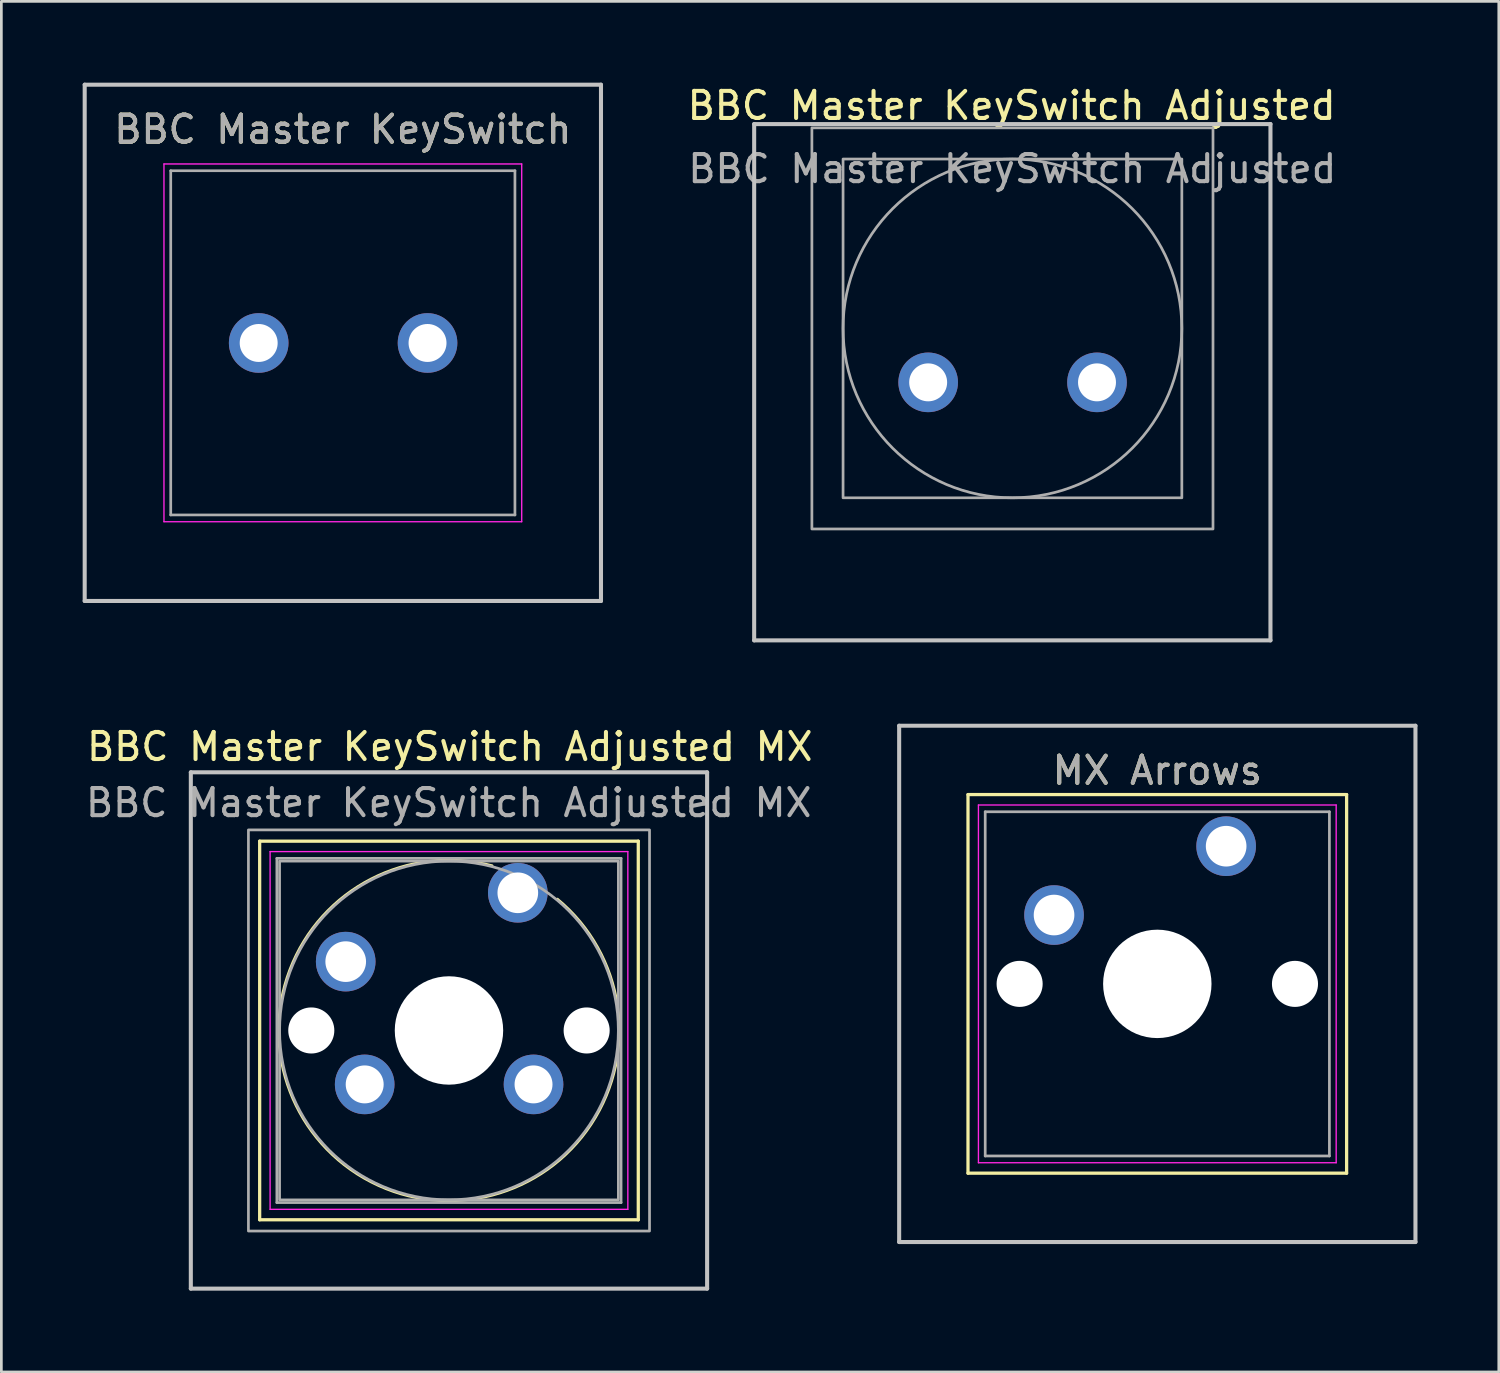
<source format=kicad_pcb>
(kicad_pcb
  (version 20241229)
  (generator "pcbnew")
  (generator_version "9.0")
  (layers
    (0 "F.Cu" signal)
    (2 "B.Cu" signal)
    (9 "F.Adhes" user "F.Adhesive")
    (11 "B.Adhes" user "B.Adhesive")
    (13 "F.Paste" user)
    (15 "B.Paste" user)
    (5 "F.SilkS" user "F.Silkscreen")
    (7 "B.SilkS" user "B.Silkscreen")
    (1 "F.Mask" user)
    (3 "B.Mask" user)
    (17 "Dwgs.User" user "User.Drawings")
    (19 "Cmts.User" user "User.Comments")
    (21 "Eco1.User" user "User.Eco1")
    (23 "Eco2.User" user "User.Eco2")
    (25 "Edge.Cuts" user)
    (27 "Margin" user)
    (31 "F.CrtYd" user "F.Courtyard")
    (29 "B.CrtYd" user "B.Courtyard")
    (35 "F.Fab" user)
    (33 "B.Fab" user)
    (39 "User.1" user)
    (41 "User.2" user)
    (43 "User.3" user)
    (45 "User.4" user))
  (footprint "BBC Master KeySwitch Adjusted"
    (layer "F.Cu")
    (at 34.307 11.188)
    (property "Reference" "BBC Master KeySwitch Adjusted" (at -0.03 -10.34 0) (layer "F.SilkS") (effects (font (size 1 1) (thickness 0.15))))
    (attr through_hole)
    (fp_line (start -9.53 -9.66) (end 9.52 -9.66) (stroke (width 0.15) (type solid)) (layer "Dwgs.User"))
    (fp_line (start -9.53 9.39) (end -9.53 -9.66) (stroke (width 0.15) (type solid)) (layer "Dwgs.User"))
    (fp_line (start 9.52 -9.66) (end 9.52 9.39) (stroke (width 0.15) (type solid)) (layer "Dwgs.User"))
    (fp_line (start 9.52 9.39) (end -9.53 9.39) (stroke (width 0.15) (type solid)) (layer "Dwgs.User"))
    (fp_rect (start -7.4 -9.52) (end 7.4 5.28) (stroke (width 0.1) (type default)) (fill no) (layer "F.Fab"))
    (fp_rect (start -6.25 -8.37) (end 6.25 4.13) (stroke (width 0.1) (type default)) (fill no) (layer "F.Fab"))
    (fp_circle (center 0 -2.12) (end 6.25 -2.12) (stroke (width 0.1) (type default)) (fill no) (layer "F.Fab"))
    (fp_text user "${REFERENCE}" (at -0.005 -8.009 0) (layer "F.Fab") (effects (font (size 1 1) (thickness 0.15))))
    (pad "1" thru_hole circle (at 3.12 -0.13) (size 2.2 2.2) (drill 1.4) (layers "*.Cu" "*.Mask"))
    (pad "2" thru_hole circle (at -3.11 -0.13) (size 2.2 2.2) (drill 1.4) (layers "*.Cu" "*.Mask")))
  (footprint "BBC Master KeySwitch"
    (layer "F.Cu")
    (at 9.605 9.735)
    (property "Reference" "BBC Master KeySwitch" (at -0.005 -8.009 0) (layer "F.SilkS") (effects (font (size 1 1) (thickness 0.15))))
    (attr through_hole)
    (fp_line (start -9.53 -9.66) (end 9.52 -9.66) (stroke (width 0.15) (type solid)) (layer "Dwgs.User"))
    (fp_line (start -9.53 9.39) (end -9.53 -9.66) (stroke (width 0.15) (type solid)) (layer "Dwgs.User"))
    (fp_line (start 9.52 -9.66) (end 9.52 9.39) (stroke (width 0.15) (type solid)) (layer "Dwgs.User"))
    (fp_line (start 9.52 9.39) (end -9.53 9.39) (stroke (width 0.15) (type solid)) (layer "Dwgs.User"))
    (fp_line (start -6.605 -6.735) (end 6.595 -6.735) (stroke (width 0.05) (type solid)) (layer "F.CrtYd"))
    (fp_line (start -6.605 6.465) (end -6.605 -6.735) (stroke (width 0.05) (type solid)) (layer "F.CrtYd"))
    (fp_line (start 6.595 -6.735) (end 6.595 6.465) (stroke (width 0.05) (type solid)) (layer "F.CrtYd"))
    (fp_line (start 6.595 6.465) (end -6.605 6.465) (stroke (width 0.05) (type solid)) (layer "F.CrtYd"))
    (fp_line (start -6.355 -6.485) (end 6.345 -6.485) (stroke (width 0.1) (type solid)) (layer "F.Fab"))
    (fp_line (start -6.355 6.215) (end -6.355 -6.485) (stroke (width 0.1) (type solid)) (layer "F.Fab"))
    (fp_line (start 6.345 -6.485) (end 6.345 6.215) (stroke (width 0.1) (type solid)) (layer "F.Fab"))
    (fp_line (start 6.345 6.215) (end -6.355 6.215) (stroke (width 0.1) (type solid)) (layer "F.Fab"))
    (fp_text user "${REFERENCE}" (at -0.005 -8.009 0) (layer "F.Fab") (effects (font (size 1 1) (thickness 0.15))))
    (pad "1" thru_hole circle (at 3.12 -0.13) (size 2.2 2.2) (drill 1.4) (layers "*.Cu" "*.Mask"))
    (pad "2" thru_hole circle (at -3.11 -0.13) (size 2.2 2.2) (drill 1.4) (layers "*.Cu" "*.Mask")))
  (footprint "MX Arrows"
    (layer "F.Cu")
    (at 42.192 28.173)
    (property "Reference" "MX Arrows" (at -2.54 -2.794 0) (layer "F.SilkS") (effects (font (size 1 1) (thickness 0.15))))
    (attr through_hole)
    (fp_line (start -9.525 -1.905) (end 4.445 -1.905) (stroke (width 0.12) (type solid)) (layer "F.SilkS"))
    (fp_line (start -9.525 12.065) (end -9.525 -1.905) (stroke (width 0.12) (type solid)) (layer "F.SilkS"))
    (fp_line (start 4.445 -1.905) (end 4.445 12.065) (stroke (width 0.12) (type solid)) (layer "F.SilkS"))
    (fp_line (start 4.445 12.065) (end -9.525 12.065) (stroke (width 0.12) (type solid)) (layer "F.SilkS"))
    (fp_line (start -12.065 -4.445) (end 6.985 -4.445) (stroke (width 0.15) (type solid)) (layer "Dwgs.User"))
    (fp_line (start -12.065 14.605) (end -12.065 -4.445) (stroke (width 0.15) (type solid)) (layer "Dwgs.User"))
    (fp_line (start 6.985 -4.445) (end 6.985 14.605) (stroke (width 0.15) (type solid)) (layer "Dwgs.User"))
    (fp_line (start 6.985 14.605) (end -12.065 14.605) (stroke (width 0.15) (type solid)) (layer "Dwgs.User"))
    (fp_line (start -9.14 -1.52) (end 4.06 -1.52) (stroke (width 0.05) (type solid)) (layer "F.CrtYd"))
    (fp_line (start -9.14 11.68) (end -9.14 -1.52) (stroke (width 0.05) (type solid)) (layer "F.CrtYd"))
    (fp_line (start 4.06 -1.52) (end 4.06 11.68) (stroke (width 0.05) (type solid)) (layer "F.CrtYd"))
    (fp_line (start 4.06 11.68) (end -9.14 11.68) (stroke (width 0.05) (type solid)) (layer "F.CrtYd"))
    (fp_line (start -8.89 -1.27) (end 3.81 -1.27) (stroke (width 0.1) (type solid)) (layer "F.Fab"))
    (fp_line (start -8.89 11.43) (end -8.89 -1.27) (stroke (width 0.1) (type solid)) (layer "F.Fab"))
    (fp_line (start 3.81 -1.27) (end 3.81 11.43) (stroke (width 0.1) (type solid)) (layer "F.Fab"))
    (fp_line (start 3.81 11.43) (end -8.89 11.43) (stroke (width 0.1) (type solid)) (layer "F.Fab"))
    (fp_line (start -11 5.08) (end 6.2 5.08) (stroke (width 0.1) (type default)) (layer "User.6"))
    (fp_line (start -2.54 13.65) (end -2.54 -3.55) (stroke (width 0.1) (type default)) (layer "User.6"))
    (fp_text user "${REFERENCE}" (at -2.54 -2.794 0) (layer "F.Fab") (effects (font (size 1 1) (thickness 0.15))))
    (pad "" np_thru_hole circle (at -7.62 5.08) (size 1.7 1.7) (drill 1.7) (layers "*.Cu" "*.Mask"))
    (pad "" np_thru_hole circle (at -2.54 5.08) (size 4 4) (drill 4) (layers "*.Cu" "*.Mask"))
    (pad "" np_thru_hole circle (at 2.54 5.08) (size 1.7 1.7) (drill 1.7) (layers "*.Cu" "*.Mask"))
    (pad "1" thru_hole circle (at 0 0) (size 2.2 2.2) (drill 1.5) (layers "*.Cu" "*.Mask"))
    (pad "2" thru_hole circle (at -6.35 2.54) (size 2.2 2.2) (drill 1.5) (layers "*.Cu" "*.Mask")))
  (footprint "BBC Master KeySwitch Adjusted MX"
    (layer "F.Cu")
    (at 13.516 37.092)
    (property "Reference" "BBC Master KeySwitch Adjusted MX" (at 0.03 -12.59 0) (layer "F.SilkS") (effects (font (size 1 1) (thickness 0.15))))
    (attr through_hole)
    (fp_line (start -6.985 -9.105) (end 6.985 -9.105) (stroke (width 0.12) (type solid)) (layer "F.SilkS"))
    (fp_line (start -6.985 4.865) (end -6.985 -9.105) (stroke (width 0.12) (type solid)) (layer "F.SilkS"))
    (fp_line (start 6.985 -9.105) (end 6.985 4.865) (stroke (width 0.12) (type solid)) (layer "F.SilkS"))
    (fp_line (start 6.985 4.865) (end -6.985 4.865) (stroke (width 0.12) (type solid)) (layer "F.SilkS"))
    (fp_arc (start 4.001367 -6.965983) (mid -2.862961 3.474458) (end 1.59 -8.199999) (stroke (width 0.1) (type default)) (layer "F.SilkS"))
    (fp_line (start -9.525 -11.645) (end 9.525 -11.645) (stroke (width 0.15) (type solid)) (layer "Dwgs.User"))
    (fp_line (start -9.525 7.405) (end -9.525 -11.645) (stroke (width 0.15) (type solid)) (layer "Dwgs.User"))
    (fp_line (start 9.525 -11.645) (end 9.525 7.405) (stroke (width 0.15) (type solid)) (layer "Dwgs.User"))
    (fp_line (start 9.525 7.405) (end -9.525 7.405) (stroke (width 0.15) (type solid)) (layer "Dwgs.User"))
    (fp_line (start -6.6 -8.72) (end 6.6 -8.72) (stroke (width 0.05) (type solid)) (layer "F.CrtYd"))
    (fp_line (start -6.6 4.48) (end -6.6 -8.72) (stroke (width 0.05) (type solid)) (layer "F.CrtYd"))
    (fp_line (start 6.6 -8.72) (end 6.6 4.48) (stroke (width 0.05) (type solid)) (layer "F.CrtYd"))
    (fp_line (start 6.6 4.48) (end -6.6 4.48) (stroke (width 0.05) (type solid)) (layer "F.CrtYd"))
    (fp_line (start -6.35 -8.47) (end 6.35 -8.47) (stroke (width 0.1) (type solid)) (layer "F.Fab"))
    (fp_line (start -6.35 4.23) (end -6.35 -8.47) (stroke (width 0.1) (type solid)) (layer "F.Fab"))
    (fp_line (start 6.35 -8.47) (end 6.35 4.23) (stroke (width 0.1) (type solid)) (layer "F.Fab"))
    (fp_line (start 6.35 4.23) (end -6.35 4.23) (stroke (width 0.1) (type solid)) (layer "F.Fab"))
    (fp_rect (start -7.4 -9.52) (end 7.4 5.28) (stroke (width 0.1) (type default)) (fill no) (layer "F.Fab"))
    (fp_rect (start -6.25 -8.37) (end 6.25 4.13) (stroke (width 0.1) (type default)) (fill no) (layer "F.Fab"))
    (fp_circle (center 0 -2.12) (end 6.25 -2.12) (stroke (width 0.1) (type default)) (fill no) (layer "F.Fab"))
    (fp_text user "${REFERENCE}" (at -0.01 -10.52 0) (layer "F.Fab") (effects (font (size 1 1) (thickness 0.15))))
    (pad "" np_thru_hole circle (at -5.08 -2.12) (size 1.7 1.7) (drill 1.7) (layers "*.Cu" "*.Mask"))
    (pad "" np_thru_hole circle (at 0 -2.12) (size 4 4) (drill 4) (layers "*.Cu" "*.Mask"))
    (pad "" np_thru_hole circle (at 5.08 -2.12) (size 1.7 1.7) (drill 1.7) (layers "*.Cu" "*.Mask"))
    (pad "1" thru_hole circle (at 2.54 -7.2) (size 2.2 2.2) (drill 1.5) (layers "*.Cu" "*.Mask"))
    (pad "1" thru_hole circle (at 3.12 -0.13) (size 2.2 2.2) (drill 1.4) (layers "*.Cu" "*.Mask"))
    (pad "2" thru_hole circle (at -3.81 -4.66) (size 2.2 2.2) (drill 1.5) (layers "*.Cu" "*.Mask"))
    (pad "2" thru_hole circle (at -3.11 -0.13) (size 2.2 2.2) (drill 1.4) (layers "*.Cu" "*.Mask")))
  (gr_rect
    (start -3 -3)
    (end 52.252 47.572)
    (stroke (width 0.1) (type default))
    (fill no)
    (layer "Edge.Cuts")))
</source>
